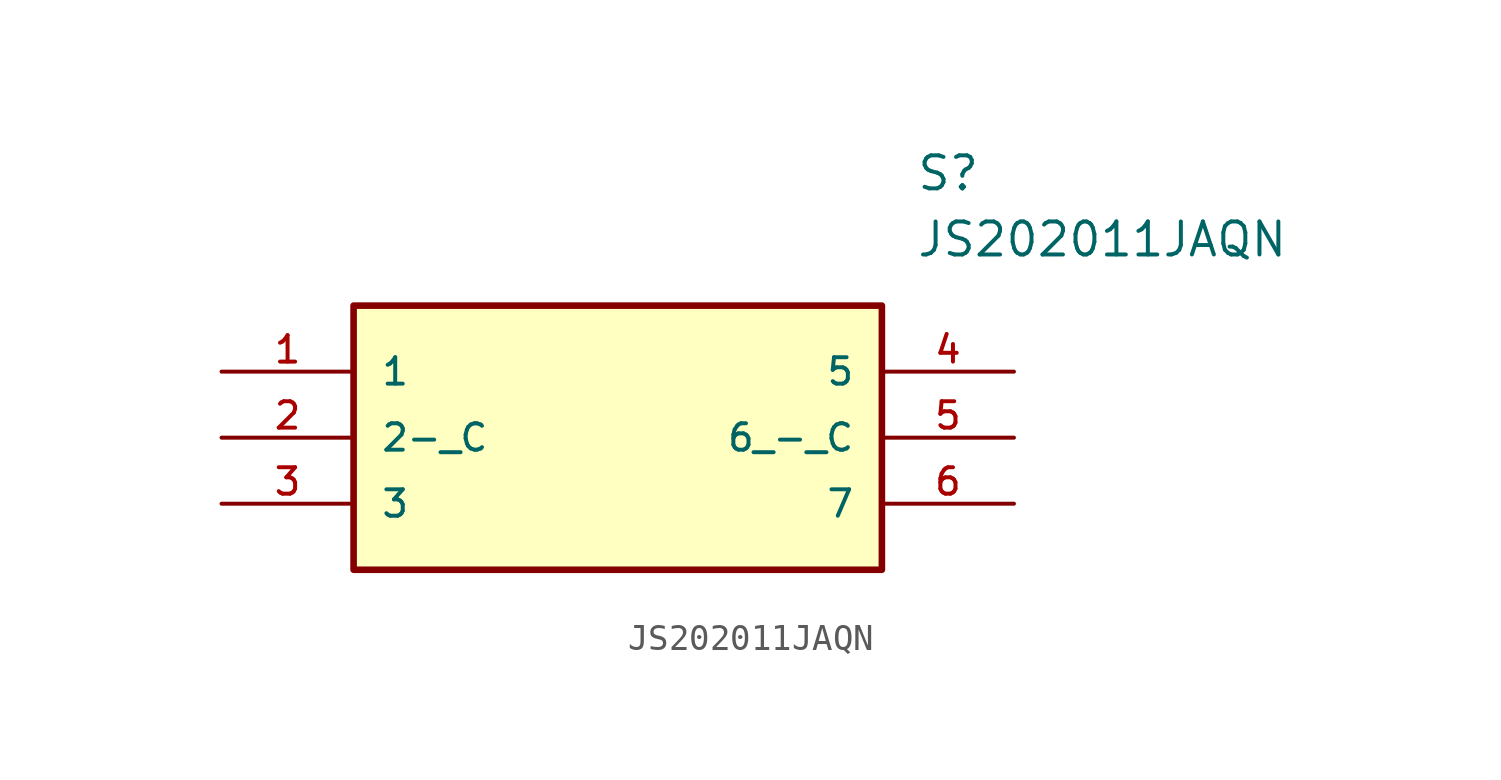
<source format=kicad_sym>
(kicad_symbol_lib
  (version 20211014)
  (generator kicad_symbol_editor)
  (symbol "JS202011JAQN"
    (pin_names
      (offset 1.016))
    (property "Reference" "S"
      (at 26.701 7.629 0)
      (effects (font (size 1.27 1.27)) (justify left)))
    (property "Value" "JS202011JAQN"
      (at 26.7 5.086 0)
      (effects (font (size 1.27 1.27)) (justify left)))
    (symbol "JS202011JAQN_0_0"
      (rectangle (start 5.08 -7.62) (end 25.4 2.54) (stroke (width 0.254)) (fill (type background)))
      (pin bidirectional line (at 0.0 0.0 0) (length 5.08) (name "1" (effects (font (size 1.016 1.016)))) (number "1" (effects (font (size 1.016 1.016)))))
      (pin bidirectional line (at 0.0 -2.54 0) (length 5.08) (name "2-_C" (effects (font (size 1.016 1.016)))) (number "2" (effects (font (size 1.016 1.016)))))
      (pin bidirectional line (at 0.0 -5.08 0) (length 5.08) (name "3" (effects (font (size 1.016 1.016)))) (number "3" (effects (font (size 1.016 1.016)))))
      (pin bidirectional line (at 30.48 0.0 180.0) (length 5.08) (name "5" (effects (font (size 1.016 1.016)))) (number "4" (effects (font (size 1.016 1.016)))))
      (pin bidirectional line (at 30.48 -2.54 180.0) (length 5.08) (name "6_-_C" (effects (font (size 1.016 1.016)))) (number "5" (effects (font (size 1.016 1.016)))))
      (pin bidirectional line (at 30.48 -5.08 180.0) (length 5.08) (name "7" (effects (font (size 1.016 1.016)))) (number "6" (effects (font (size 1.016 1.016))))))))
</source>
